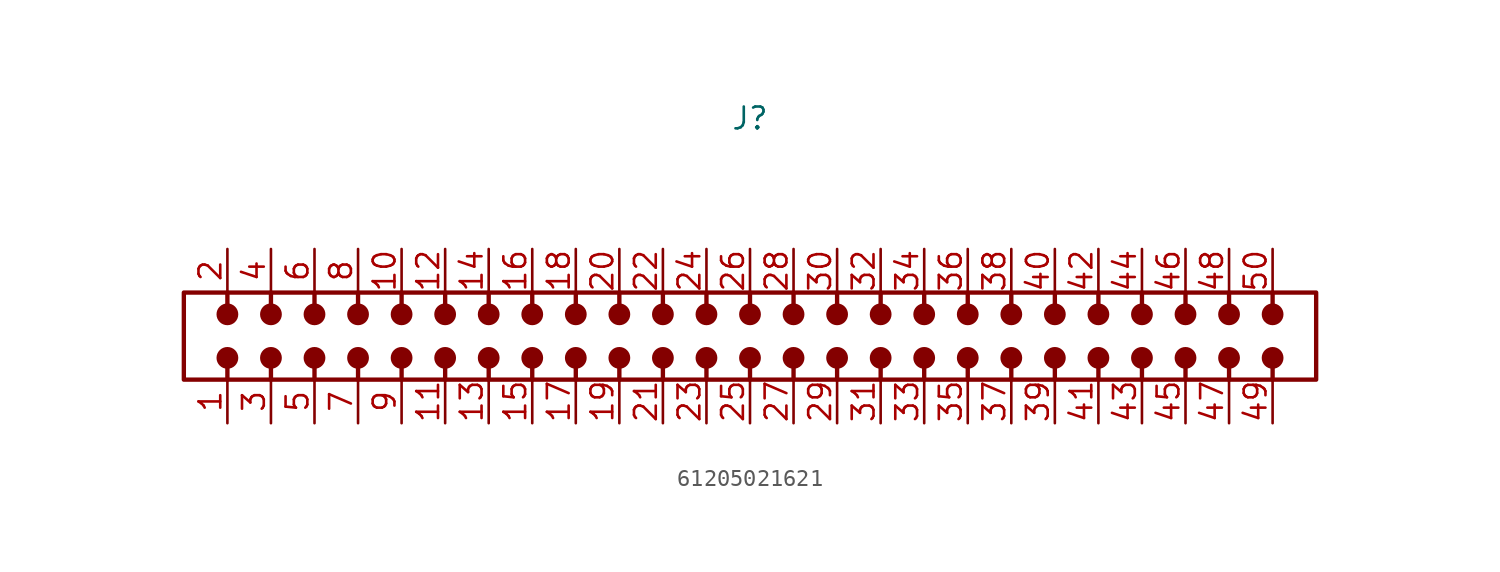
<source format=kicad_sym>
(kicad_symbol_lib
  (version 20241209)
  (generator "kicad_symbol_editor")
  (generator_version "9.0")
  (symbol "61205021621"
    (pin_names
      (hide yes))
    (property "Reference" "J"
      (at 0 12.7 0)
      (effects (font (size 1.27 1.27))))
    (symbol "61205021621_1_1"
      (rectangle (start -33.02 2.54) (end 33.02 -2.54) (stroke (width 0.254) (type solid)) (fill (type none)))
      (polyline (pts (xy -30.48 1.778) (xy -30.48 2.54)) (stroke (width 0.254) (type solid)) (fill (type none)))
      (circle (center -30.48 1.27) (radius 0.508) (stroke (width 0.254) (type solid)) (fill (type outline)))
      (circle (center -30.48 -1.27) (radius 0.508) (stroke (width 0.254) (type solid)) (fill (type outline)))
      (polyline (pts (xy -30.48 -1.778) (xy -30.48 -2.54)) (stroke (width 0.254) (type solid)) (fill (type none)))
      (polyline (pts (xy -27.94 1.778) (xy -27.94 2.54)) (stroke (width 0.254) (type solid)) (fill (type none)))
      (circle (center -27.94 1.27) (radius 0.508) (stroke (width 0.254) (type solid)) (fill (type outline)))
      (circle (center -27.94 -1.27) (radius 0.508) (stroke (width 0.254) (type solid)) (fill (type outline)))
      (polyline (pts (xy -27.94 -1.778) (xy -27.94 -2.54)) (stroke (width 0.254) (type solid)) (fill (type none)))
      (polyline (pts (xy -25.4 1.778) (xy -25.4 2.54)) (stroke (width 0.254) (type solid)) (fill (type none)))
      (circle (center -25.4 1.27) (radius 0.508) (stroke (width 0.254) (type solid)) (fill (type outline)))
      (circle (center -25.4 -1.27) (radius 0.508) (stroke (width 0.254) (type solid)) (fill (type outline)))
      (polyline (pts (xy -25.4 -1.778) (xy -25.4 -2.54)) (stroke (width 0.254) (type solid)) (fill (type none)))
      (polyline (pts (xy -22.86 1.778) (xy -22.86 2.54)) (stroke (width 0.254) (type solid)) (fill (type none)))
      (circle (center -22.86 1.27) (radius 0.508) (stroke (width 0.254) (type solid)) (fill (type outline)))
      (circle (center -22.86 -1.27) (radius 0.508) (stroke (width 0.254) (type solid)) (fill (type outline)))
      (polyline (pts (xy -22.86 -1.778) (xy -22.86 -2.54)) (stroke (width 0.254) (type solid)) (fill (type none)))
      (polyline (pts (xy -20.32 1.778) (xy -20.32 2.54)) (stroke (width 0.254) (type solid)) (fill (type none)))
      (circle (center -20.32 1.27) (radius 0.508) (stroke (width 0.254) (type solid)) (fill (type outline)))
      (circle (center -20.32 -1.27) (radius 0.508) (stroke (width 0.254) (type solid)) (fill (type outline)))
      (polyline (pts (xy -20.32 -1.778) (xy -20.32 -2.54)) (stroke (width 0.254) (type solid)) (fill (type none)))
      (polyline (pts (xy -17.78 1.778) (xy -17.78 2.54)) (stroke (width 0.254) (type solid)) (fill (type none)))
      (circle (center -17.78 1.27) (radius 0.508) (stroke (width 0.254) (type solid)) (fill (type outline)))
      (circle (center -17.78 -1.27) (radius 0.508) (stroke (width 0.254) (type solid)) (fill (type outline)))
      (polyline (pts (xy -17.78 -1.778) (xy -17.78 -2.54)) (stroke (width 0.254) (type solid)) (fill (type none)))
      (polyline (pts (xy -15.24 1.778) (xy -15.24 2.54)) (stroke (width 0.254) (type solid)) (fill (type none)))
      (circle (center -15.24 1.27) (radius 0.508) (stroke (width 0.254) (type solid)) (fill (type outline)))
      (circle (center -15.24 -1.27) (radius 0.508) (stroke (width 0.254) (type solid)) (fill (type outline)))
      (polyline (pts (xy -15.24 -1.778) (xy -15.24 -2.54)) (stroke (width 0.254) (type solid)) (fill (type none)))
      (polyline (pts (xy -12.7 1.778) (xy -12.7 2.54)) (stroke (width 0.254) (type solid)) (fill (type none)))
      (circle (center -12.7 1.27) (radius 0.508) (stroke (width 0.254) (type solid)) (fill (type outline)))
      (circle (center -12.7 -1.27) (radius 0.508) (stroke (width 0.254) (type solid)) (fill (type outline)))
      (polyline (pts (xy -12.7 -1.778) (xy -12.7 -2.54)) (stroke (width 0.254) (type solid)) (fill (type none)))
      (polyline (pts (xy -10.16 1.778) (xy -10.16 2.54)) (stroke (width 0.254) (type solid)) (fill (type none)))
      (circle (center -10.16 1.27) (radius 0.508) (stroke (width 0.254) (type solid)) (fill (type outline)))
      (circle (center -10.16 -1.27) (radius 0.508) (stroke (width 0.254) (type solid)) (fill (type outline)))
      (polyline (pts (xy -10.16 -1.778) (xy -10.16 -2.54)) (stroke (width 0.254) (type solid)) (fill (type none)))
      (polyline (pts (xy -7.62 1.778) (xy -7.62 2.54)) (stroke (width 0.254) (type solid)) (fill (type none)))
      (circle (center -7.62 1.27) (radius 0.508) (stroke (width 0.254) (type solid)) (fill (type outline)))
      (circle (center -7.62 -1.27) (radius 0.508) (stroke (width 0.254) (type solid)) (fill (type outline)))
      (polyline (pts (xy -7.62 -1.778) (xy -7.62 -2.54)) (stroke (width 0.254) (type solid)) (fill (type none)))
      (polyline (pts (xy -5.08 1.778) (xy -5.08 2.54)) (stroke (width 0.254) (type solid)) (fill (type none)))
      (circle (center -5.08 1.27) (radius 0.508) (stroke (width 0.254) (type solid)) (fill (type outline)))
      (circle (center -5.08 -1.27) (radius 0.508) (stroke (width 0.254) (type solid)) (fill (type outline)))
      (polyline (pts (xy -5.08 -1.778) (xy -5.08 -2.54)) (stroke (width 0.254) (type solid)) (fill (type none)))
      (polyline (pts (xy -2.54 1.778) (xy -2.54 2.54)) (stroke (width 0.254) (type solid)) (fill (type none)))
      (circle (center -2.54 1.27) (radius 0.508) (stroke (width 0.254) (type solid)) (fill (type outline)))
      (circle (center -2.54 -1.27) (radius 0.508) (stroke (width 0.254) (type solid)) (fill (type outline)))
      (polyline (pts (xy -2.54 -1.778) (xy -2.54 -2.54)) (stroke (width 0.254) (type solid)) (fill (type none)))
      (polyline (pts (xy 0 1.778) (xy 0 2.54)) (stroke (width 0.254) (type solid)) (fill (type none)))
      (circle (center 0 1.27) (radius 0.508) (stroke (width 0.254) (type solid)) (fill (type outline)))
      (circle (center 0 -1.27) (radius 0.508) (stroke (width 0.254) (type solid)) (fill (type outline)))
      (polyline (pts (xy 0 -1.778) (xy 0 -2.54)) (stroke (width 0.254) (type solid)) (fill (type none)))
      (polyline (pts (xy 2.54 1.778) (xy 2.54 2.54)) (stroke (width 0.254) (type solid)) (fill (type none)))
      (circle (center 2.54 1.27) (radius 0.508) (stroke (width 0.254) (type solid)) (fill (type outline)))
      (circle (center 2.54 -1.27) (radius 0.508) (stroke (width 0.254) (type solid)) (fill (type outline)))
      (polyline (pts (xy 2.54 -1.778) (xy 2.54 -2.54)) (stroke (width 0.254) (type solid)) (fill (type none)))
      (polyline (pts (xy 5.08 1.778) (xy 5.08 2.54)) (stroke (width 0.254) (type solid)) (fill (type none)))
      (circle (center 5.08 1.27) (radius 0.508) (stroke (width 0.254) (type solid)) (fill (type outline)))
      (circle (center 5.08 -1.27) (radius 0.508) (stroke (width 0.254) (type solid)) (fill (type outline)))
      (polyline (pts (xy 5.08 -1.778) (xy 5.08 -2.54)) (stroke (width 0.254) (type solid)) (fill (type none)))
      (polyline (pts (xy 7.62 1.778) (xy 7.62 2.54)) (stroke (width 0.254) (type solid)) (fill (type none)))
      (circle (center 7.62 1.27) (radius 0.508) (stroke (width 0.254) (type solid)) (fill (type outline)))
      (circle (center 7.62 -1.27) (radius 0.508) (stroke (width 0.254) (type solid)) (fill (type outline)))
      (polyline (pts (xy 7.62 -1.778) (xy 7.62 -2.54)) (stroke (width 0.254) (type solid)) (fill (type none)))
      (polyline (pts (xy 10.16 1.778) (xy 10.16 2.54)) (stroke (width 0.254) (type solid)) (fill (type none)))
      (circle (center 10.16 1.27) (radius 0.508) (stroke (width 0.254) (type solid)) (fill (type outline)))
      (circle (center 10.16 -1.27) (radius 0.508) (stroke (width 0.254) (type solid)) (fill (type outline)))
      (polyline (pts (xy 10.16 -1.778) (xy 10.16 -2.54)) (stroke (width 0.254) (type solid)) (fill (type none)))
      (polyline (pts (xy 12.7 1.778) (xy 12.7 2.54)) (stroke (width 0.254) (type solid)) (fill (type none)))
      (circle (center 12.7 1.27) (radius 0.508) (stroke (width 0.254) (type solid)) (fill (type outline)))
      (circle (center 12.7 -1.27) (radius 0.508) (stroke (width 0.254) (type solid)) (fill (type outline)))
      (polyline (pts (xy 12.7 -1.778) (xy 12.7 -2.54)) (stroke (width 0.254) (type solid)) (fill (type none)))
      (polyline (pts (xy 15.24 1.778) (xy 15.24 2.54)) (stroke (width 0.254) (type solid)) (fill (type none)))
      (circle (center 15.24 1.27) (radius 0.508) (stroke (width 0.254) (type solid)) (fill (type outline)))
      (circle (center 15.24 -1.27) (radius 0.508) (stroke (width 0.254) (type solid)) (fill (type outline)))
      (polyline (pts (xy 15.24 -1.778) (xy 15.24 -2.54)) (stroke (width 0.254) (type solid)) (fill (type none)))
      (polyline (pts (xy 17.78 1.778) (xy 17.78 2.54)) (stroke (width 0.254) (type solid)) (fill (type none)))
      (circle (center 17.78 1.27) (radius 0.508) (stroke (width 0.254) (type solid)) (fill (type outline)))
      (circle (center 17.78 -1.27) (radius 0.508) (stroke (width 0.254) (type solid)) (fill (type outline)))
      (polyline (pts (xy 17.78 -1.778) (xy 17.78 -2.54)) (stroke (width 0.254) (type solid)) (fill (type none)))
      (polyline (pts (xy 20.32 1.778) (xy 20.32 2.54)) (stroke (width 0.254) (type solid)) (fill (type none)))
      (circle (center 20.32 1.27) (radius 0.508) (stroke (width 0.254) (type solid)) (fill (type outline)))
      (circle (center 20.32 -1.27) (radius 0.508) (stroke (width 0.254) (type solid)) (fill (type outline)))
      (polyline (pts (xy 20.32 -1.778) (xy 20.32 -2.54)) (stroke (width 0.254) (type solid)) (fill (type none)))
      (polyline (pts (xy 22.86 1.778) (xy 22.86 2.54)) (stroke (width 0.254) (type solid)) (fill (type none)))
      (circle (center 22.86 1.27) (radius 0.508) (stroke (width 0.254) (type solid)) (fill (type outline)))
      (circle (center 22.86 -1.27) (radius 0.508) (stroke (width 0.254) (type solid)) (fill (type outline)))
      (polyline (pts (xy 22.86 -1.778) (xy 22.86 -2.54)) (stroke (width 0.254) (type solid)) (fill (type none)))
      (polyline (pts (xy 25.4 1.778) (xy 25.4 2.54)) (stroke (width 0.254) (type solid)) (fill (type none)))
      (circle (center 25.4 1.27) (radius 0.508) (stroke (width 0.254) (type solid)) (fill (type outline)))
      (circle (center 25.4 -1.27) (radius 0.508) (stroke (width 0.254) (type solid)) (fill (type outline)))
      (polyline (pts (xy 25.4 -1.778) (xy 25.4 -2.54)) (stroke (width 0.254) (type solid)) (fill (type none)))
      (polyline (pts (xy 27.94 1.778) (xy 27.94 2.54)) (stroke (width 0.254) (type solid)) (fill (type none)))
      (circle (center 27.94 1.27) (radius 0.508) (stroke (width 0.254) (type solid)) (fill (type outline)))
      (circle (center 27.94 -1.27) (radius 0.508) (stroke (width 0.254) (type solid)) (fill (type outline)))
      (polyline (pts (xy 27.94 -1.778) (xy 27.94 -2.54)) (stroke (width 0.254) (type solid)) (fill (type none)))
      (polyline (pts (xy 30.48 1.778) (xy 30.48 2.54)) (stroke (width 0.254) (type solid)) (fill (type none)))
      (circle (center 30.48 1.27) (radius 0.508) (stroke (width 0.254) (type solid)) (fill (type outline)))
      (circle (center 30.48 -1.27) (radius 0.508) (stroke (width 0.254) (type solid)) (fill (type outline)))
      (polyline (pts (xy 30.48 -1.778) (xy 30.48 -2.54)) (stroke (width 0.254) (type solid)) (fill (type none)))
      (pin passive line (at -30.48 5.08 270) (length 2.54) (name "2" (effects (font (size 1.27 1.27)))) (number "2" (effects (font (size 1.27 1.27)))))
      (pin passive line (at -30.48 -5.08 90) (length 2.54) (name "1" (effects (font (size 1.27 1.27)))) (number "1" (effects (font (size 1.27 1.27)))))
      (pin passive line (at -27.94 5.08 270) (length 2.54) (name "4" (effects (font (size 1.27 1.27)))) (number "4" (effects (font (size 1.27 1.27)))))
      (pin passive line (at -27.94 -5.08 90) (length 2.54) (name "3" (effects (font (size 1.27 1.27)))) (number "3" (effects (font (size 1.27 1.27)))))
      (pin passive line (at -25.4 5.08 270) (length 2.54) (name "6" (effects (font (size 1.27 1.27)))) (number "6" (effects (font (size 1.27 1.27)))))
      (pin passive line (at -25.4 -5.08 90) (length 2.54) (name "5" (effects (font (size 1.27 1.27)))) (number "5" (effects (font (size 1.27 1.27)))))
      (pin passive line (at -22.86 5.08 270) (length 2.54) (name "8" (effects (font (size 1.27 1.27)))) (number "8" (effects (font (size 1.27 1.27)))))
      (pin passive line (at -22.86 -5.08 90) (length 2.54) (name "7" (effects (font (size 1.27 1.27)))) (number "7" (effects (font (size 1.27 1.27)))))
      (pin passive line (at -20.32 5.08 270) (length 2.54) (name "10" (effects (font (size 1.27 1.27)))) (number "10" (effects (font (size 1.27 1.27)))))
      (pin passive line (at -20.32 -5.08 90) (length 2.54) (name "9" (effects (font (size 1.27 1.27)))) (number "9" (effects (font (size 1.27 1.27)))))
      (pin passive line (at -17.78 5.08 270) (length 2.54) (name "12" (effects (font (size 1.27 1.27)))) (number "12" (effects (font (size 1.27 1.27)))))
      (pin passive line (at -17.78 -5.08 90) (length 2.54) (name "11" (effects (font (size 1.27 1.27)))) (number "11" (effects (font (size 1.27 1.27)))))
      (pin passive line (at -15.24 5.08 270) (length 2.54) (name "14" (effects (font (size 1.27 1.27)))) (number "14" (effects (font (size 1.27 1.27)))))
      (pin passive line (at -15.24 -5.08 90) (length 2.54) (name "13" (effects (font (size 1.27 1.27)))) (number "13" (effects (font (size 1.27 1.27)))))
      (pin passive line (at -12.7 5.08 270) (length 2.54) (name "16" (effects (font (size 1.27 1.27)))) (number "16" (effects (font (size 1.27 1.27)))))
      (pin passive line (at -12.7 -5.08 90) (length 2.54) (name "15" (effects (font (size 1.27 1.27)))) (number "15" (effects (font (size 1.27 1.27)))))
      (pin passive line (at -10.16 5.08 270) (length 2.54) (name "18" (effects (font (size 1.27 1.27)))) (number "18" (effects (font (size 1.27 1.27)))))
      (pin passive line (at -10.16 -5.08 90) (length 2.54) (name "17" (effects (font (size 1.27 1.27)))) (number "17" (effects (font (size 1.27 1.27)))))
      (pin passive line (at -7.62 5.08 270) (length 2.54) (name "20" (effects (font (size 1.27 1.27)))) (number "20" (effects (font (size 1.27 1.27)))))
      (pin passive line (at -7.62 -5.08 90) (length 2.54) (name "19" (effects (font (size 1.27 1.27)))) (number "19" (effects (font (size 1.27 1.27)))))
      (pin passive line (at -5.08 5.08 270) (length 2.54) (name "22" (effects (font (size 1.27 1.27)))) (number "22" (effects (font (size 1.27 1.27)))))
      (pin passive line (at -5.08 -5.08 90) (length 2.54) (name "21" (effects (font (size 1.27 1.27)))) (number "21" (effects (font (size 1.27 1.27)))))
      (pin passive line (at -2.54 5.08 270) (length 2.54) (name "24" (effects (font (size 1.27 1.27)))) (number "24" (effects (font (size 1.27 1.27)))))
      (pin passive line (at -2.54 -5.08 90) (length 2.54) (name "23" (effects (font (size 1.27 1.27)))) (number "23" (effects (font (size 1.27 1.27)))))
      (pin passive line (at 0 5.08 270) (length 2.54) (name "26" (effects (font (size 1.27 1.27)))) (number "26" (effects (font (size 1.27 1.27)))))
      (pin passive line (at 0 -5.08 90) (length 2.54) (name "25" (effects (font (size 1.27 1.27)))) (number "25" (effects (font (size 1.27 1.27)))))
      (pin passive line (at 2.54 5.08 270) (length 2.54) (name "28" (effects (font (size 1.27 1.27)))) (number "28" (effects (font (size 1.27 1.27)))))
      (pin passive line (at 2.54 -5.08 90) (length 2.54) (name "27" (effects (font (size 1.27 1.27)))) (number "27" (effects (font (size 1.27 1.27)))))
      (pin passive line (at 5.08 5.08 270) (length 2.54) (name "30" (effects (font (size 1.27 1.27)))) (number "30" (effects (font (size 1.27 1.27)))))
      (pin passive line (at 5.08 -5.08 90) (length 2.54) (name "29" (effects (font (size 1.27 1.27)))) (number "29" (effects (font (size 1.27 1.27)))))
      (pin passive line (at 7.62 5.08 270) (length 2.54) (name "32" (effects (font (size 1.27 1.27)))) (number "32" (effects (font (size 1.27 1.27)))))
      (pin passive line (at 7.62 -5.08 90) (length 2.54) (name "31" (effects (font (size 1.27 1.27)))) (number "31" (effects (font (size 1.27 1.27)))))
      (pin passive line (at 10.16 5.08 270) (length 2.54) (name "34" (effects (font (size 1.27 1.27)))) (number "34" (effects (font (size 1.27 1.27)))))
      (pin passive line (at 10.16 -5.08 90) (length 2.54) (name "33" (effects (font (size 1.27 1.27)))) (number "33" (effects (font (size 1.27 1.27)))))
      (pin passive line (at 12.7 5.08 270) (length 2.54) (name "36" (effects (font (size 1.27 1.27)))) (number "36" (effects (font (size 1.27 1.27)))))
      (pin passive line (at 12.7 -5.08 90) (length 2.54) (name "35" (effects (font (size 1.27 1.27)))) (number "35" (effects (font (size 1.27 1.27)))))
      (pin passive line (at 15.24 5.08 270) (length 2.54) (name "38" (effects (font (size 1.27 1.27)))) (number "38" (effects (font (size 1.27 1.27)))))
      (pin passive line (at 15.24 -5.08 90) (length 2.54) (name "37" (effects (font (size 1.27 1.27)))) (number "37" (effects (font (size 1.27 1.27)))))
      (pin passive line (at 17.78 5.08 270) (length 2.54) (name "40" (effects (font (size 1.27 1.27)))) (number "40" (effects (font (size 1.27 1.27)))))
      (pin passive line (at 17.78 -5.08 90) (length 2.54) (name "39" (effects (font (size 1.27 1.27)))) (number "39" (effects (font (size 1.27 1.27)))))
      (pin passive line (at 20.32 5.08 270) (length 2.54) (name "42" (effects (font (size 1.27 1.27)))) (number "42" (effects (font (size 1.27 1.27)))))
      (pin passive line (at 20.32 -5.08 90) (length 2.54) (name "41" (effects (font (size 1.27 1.27)))) (number "41" (effects (font (size 1.27 1.27)))))
      (pin passive line (at 22.86 5.08 270) (length 2.54) (name "44" (effects (font (size 1.27 1.27)))) (number "44" (effects (font (size 1.27 1.27)))))
      (pin passive line (at 22.86 -5.08 90) (length 2.54) (name "43" (effects (font (size 1.27 1.27)))) (number "43" (effects (font (size 1.27 1.27)))))
      (pin passive line (at 25.4 5.08 270) (length 2.54) (name "46" (effects (font (size 1.27 1.27)))) (number "46" (effects (font (size 1.27 1.27)))))
      (pin passive line (at 25.4 -5.08 90) (length 2.54) (name "45" (effects (font (size 1.27 1.27)))) (number "45" (effects (font (size 1.27 1.27)))))
      (pin passive line (at 27.94 5.08 270) (length 2.54) (name "48" (effects (font (size 1.27 1.27)))) (number "48" (effects (font (size 1.27 1.27)))))
      (pin passive line (at 27.94 -5.08 90) (length 2.54) (name "47" (effects (font (size 1.27 1.27)))) (number "47" (effects (font (size 1.27 1.27)))))
      (pin passive line (at 30.48 5.08 270) (length 2.54) (name "50" (effects (font (size 1.27 1.27)))) (number "50" (effects (font (size 1.27 1.27)))))
      (pin passive line (at 30.48 -5.08 90) (length 2.54) (name "49" (effects (font (size 1.27 1.27)))) (number "49" (effects (font (size 1.27 1.27))))))))
</source>
